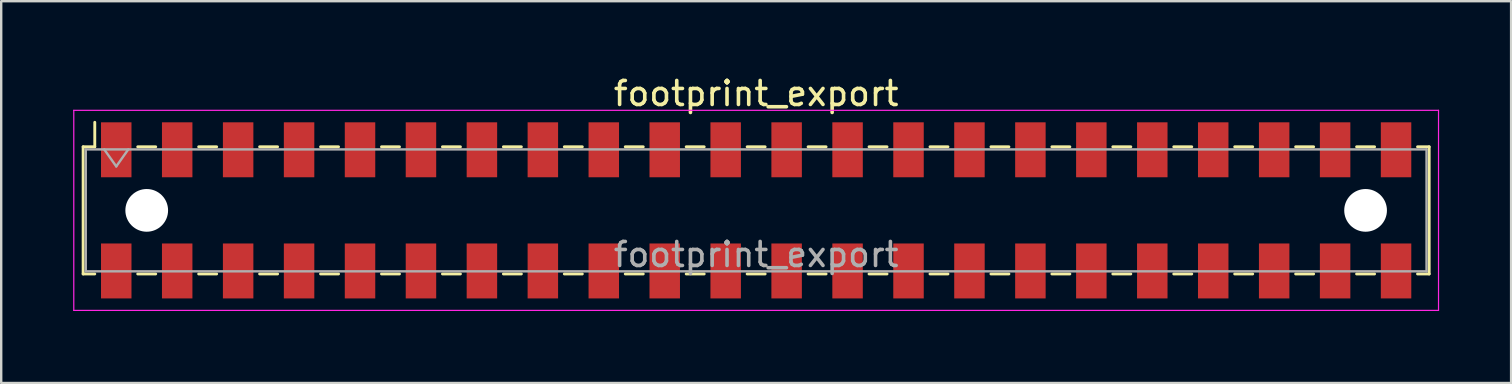
<source format=kicad_pcb>
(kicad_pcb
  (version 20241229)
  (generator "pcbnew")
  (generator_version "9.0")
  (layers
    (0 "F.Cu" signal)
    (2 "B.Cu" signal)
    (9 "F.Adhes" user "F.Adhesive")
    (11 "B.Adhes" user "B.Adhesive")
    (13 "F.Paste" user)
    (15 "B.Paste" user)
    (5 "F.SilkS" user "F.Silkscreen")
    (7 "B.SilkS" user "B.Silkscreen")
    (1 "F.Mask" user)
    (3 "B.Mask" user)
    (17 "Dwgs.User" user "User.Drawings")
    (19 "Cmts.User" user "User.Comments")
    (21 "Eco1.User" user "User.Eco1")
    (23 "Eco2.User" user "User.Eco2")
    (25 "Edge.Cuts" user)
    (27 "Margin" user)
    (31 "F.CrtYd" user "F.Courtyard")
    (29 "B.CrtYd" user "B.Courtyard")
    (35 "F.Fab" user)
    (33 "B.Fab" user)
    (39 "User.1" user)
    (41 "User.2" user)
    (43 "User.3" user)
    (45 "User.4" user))
  (footprint "footprint_export"
    (layer "F.Cu")
    (at 28.465 5.718)
    (property "Reference" "footprint_export" (at 0 -4.87 0) (layer "F.SilkS") (effects (font (size 1 1) (thickness 0.15))))
    (attr smd)
    (fp_line (start -28.05 -2.65) (end -28.05 2.65) (stroke (width 0.12) (type solid)) (layer "F.SilkS"))
    (fp_line (start -28.05 2.65) (end -27.565 2.65) (stroke (width 0.12) (type solid)) (layer "F.SilkS"))
    (fp_line (start -27.565 -3.67) (end -27.565 -2.65) (stroke (width 0.12) (type solid)) (layer "F.SilkS"))
    (fp_line (start -27.565 -2.65) (end -28.05 -2.65) (stroke (width 0.12) (type solid)) (layer "F.SilkS"))
    (fp_line (start -25.775 -2.65) (end -25.025 -2.65) (stroke (width 0.12) (type solid)) (layer "F.SilkS"))
    (fp_line (start -25.775 2.65) (end -25.025 2.65) (stroke (width 0.12) (type solid)) (layer "F.SilkS"))
    (fp_line (start -23.235 -2.65) (end -22.485 -2.65) (stroke (width 0.12) (type solid)) (layer "F.SilkS"))
    (fp_line (start -23.235 2.65) (end -22.485 2.65) (stroke (width 0.12) (type solid)) (layer "F.SilkS"))
    (fp_line (start -20.695 -2.65) (end -19.945 -2.65) (stroke (width 0.12) (type solid)) (layer "F.SilkS"))
    (fp_line (start -20.695 2.65) (end -19.945 2.65) (stroke (width 0.12) (type solid)) (layer "F.SilkS"))
    (fp_line (start -18.155 -2.65) (end -17.405 -2.65) (stroke (width 0.12) (type solid)) (layer "F.SilkS"))
    (fp_line (start -18.155 2.65) (end -17.405 2.65) (stroke (width 0.12) (type solid)) (layer "F.SilkS"))
    (fp_line (start -15.615 -2.65) (end -14.865 -2.65) (stroke (width 0.12) (type solid)) (layer "F.SilkS"))
    (fp_line (start -15.615 2.65) (end -14.865 2.65) (stroke (width 0.12) (type solid)) (layer "F.SilkS"))
    (fp_line (start -13.075 -2.65) (end -12.325 -2.65) (stroke (width 0.12) (type solid)) (layer "F.SilkS"))
    (fp_line (start -13.075 2.65) (end -12.325 2.65) (stroke (width 0.12) (type solid)) (layer "F.SilkS"))
    (fp_line (start -10.535 -2.65) (end -9.785 -2.65) (stroke (width 0.12) (type solid)) (layer "F.SilkS"))
    (fp_line (start -10.535 2.65) (end -9.785 2.65) (stroke (width 0.12) (type solid)) (layer "F.SilkS"))
    (fp_line (start -7.995 -2.65) (end -7.245 -2.65) (stroke (width 0.12) (type solid)) (layer "F.SilkS"))
    (fp_line (start -7.995 2.65) (end -7.245 2.65) (stroke (width 0.12) (type solid)) (layer "F.SilkS"))
    (fp_line (start -5.455 -2.65) (end -4.705 -2.65) (stroke (width 0.12) (type solid)) (layer "F.SilkS"))
    (fp_line (start -5.455 2.65) (end -4.705 2.65) (stroke (width 0.12) (type solid)) (layer "F.SilkS"))
    (fp_line (start -2.915 -2.65) (end -2.165 -2.65) (stroke (width 0.12) (type solid)) (layer "F.SilkS"))
    (fp_line (start -2.915 2.65) (end -2.165 2.65) (stroke (width 0.12) (type solid)) (layer "F.SilkS"))
    (fp_line (start -0.375 -2.65) (end 0.375 -2.65) (stroke (width 0.12) (type solid)) (layer "F.SilkS"))
    (fp_line (start -0.375 2.65) (end 0.375 2.65) (stroke (width 0.12) (type solid)) (layer "F.SilkS"))
    (fp_line (start 2.165 -2.65) (end 2.915 -2.65) (stroke (width 0.12) (type solid)) (layer "F.SilkS"))
    (fp_line (start 2.165 2.65) (end 2.915 2.65) (stroke (width 0.12) (type solid)) (layer "F.SilkS"))
    (fp_line (start 4.705 -2.65) (end 5.455 -2.65) (stroke (width 0.12) (type solid)) (layer "F.SilkS"))
    (fp_line (start 4.705 2.65) (end 5.455 2.65) (stroke (width 0.12) (type solid)) (layer "F.SilkS"))
    (fp_line (start 7.245 -2.65) (end 7.995 -2.65) (stroke (width 0.12) (type solid)) (layer "F.SilkS"))
    (fp_line (start 7.245 2.65) (end 7.995 2.65) (stroke (width 0.12) (type solid)) (layer "F.SilkS"))
    (fp_line (start 9.785 -2.65) (end 10.535 -2.65) (stroke (width 0.12) (type solid)) (layer "F.SilkS"))
    (fp_line (start 9.785 2.65) (end 10.535 2.65) (stroke (width 0.12) (type solid)) (layer "F.SilkS"))
    (fp_line (start 12.325 -2.65) (end 13.075 -2.65) (stroke (width 0.12) (type solid)) (layer "F.SilkS"))
    (fp_line (start 12.325 2.65) (end 13.075 2.65) (stroke (width 0.12) (type solid)) (layer "F.SilkS"))
    (fp_line (start 14.865 -2.65) (end 15.615 -2.65) (stroke (width 0.12) (type solid)) (layer "F.SilkS"))
    (fp_line (start 14.865 2.65) (end 15.615 2.65) (stroke (width 0.12) (type solid)) (layer "F.SilkS"))
    (fp_line (start 17.405 -2.65) (end 18.155 -2.65) (stroke (width 0.12) (type solid)) (layer "F.SilkS"))
    (fp_line (start 17.405 2.65) (end 18.155 2.65) (stroke (width 0.12) (type solid)) (layer "F.SilkS"))
    (fp_line (start 19.945 -2.65) (end 20.695 -2.65) (stroke (width 0.12) (type solid)) (layer "F.SilkS"))
    (fp_line (start 19.945 2.65) (end 20.695 2.65) (stroke (width 0.12) (type solid)) (layer "F.SilkS"))
    (fp_line (start 22.485 -2.65) (end 23.235 -2.65) (stroke (width 0.12) (type solid)) (layer "F.SilkS"))
    (fp_line (start 22.485 2.65) (end 23.235 2.65) (stroke (width 0.12) (type solid)) (layer "F.SilkS"))
    (fp_line (start 25.025 -2.65) (end 25.775 -2.65) (stroke (width 0.12) (type solid)) (layer "F.SilkS"))
    (fp_line (start 25.025 2.65) (end 25.775 2.65) (stroke (width 0.12) (type solid)) (layer "F.SilkS"))
    (fp_line (start 27.565 -2.65) (end 28.05 -2.65) (stroke (width 0.12) (type solid)) (layer "F.SilkS"))
    (fp_line (start 28.05 -2.65) (end 28.05 2.65) (stroke (width 0.12) (type solid)) (layer "F.SilkS"))
    (fp_line (start 28.05 2.65) (end 27.565 2.65) (stroke (width 0.12) (type solid)) (layer "F.SilkS"))
    (fp_line (start -28.44 -4.17) (end 28.44 -4.17) (stroke (width 0.05) (type solid)) (layer "F.CrtYd"))
    (fp_line (start -28.44 4.17) (end -28.44 -4.17) (stroke (width 0.05) (type solid)) (layer "F.CrtYd"))
    (fp_line (start 28.44 -4.17) (end 28.44 4.17) (stroke (width 0.05) (type solid)) (layer "F.CrtYd"))
    (fp_line (start 28.44 4.17) (end -28.44 4.17) (stroke (width 0.05) (type solid)) (layer "F.CrtYd"))
    (fp_line (start -27.94 -2.54) (end 27.94 -2.54) (stroke (width 0.1) (type solid)) (layer "F.Fab"))
    (fp_line (start -27.94 2.54) (end -27.94 -2.54) (stroke (width 0.1) (type solid)) (layer "F.Fab"))
    (fp_line (start -27.17 -2.54) (end -26.67 -1.833) (stroke (width 0.1) (type solid)) (layer "F.Fab"))
    (fp_line (start -26.67 -1.833) (end -26.17 -2.54) (stroke (width 0.1) (type solid)) (layer "F.Fab"))
    (fp_line (start 27.94 -2.54) (end 27.94 2.54) (stroke (width 0.1) (type solid)) (layer "F.Fab"))
    (fp_line (start 27.94 2.54) (end -27.94 2.54) (stroke (width 0.1) (type solid)) (layer "F.Fab"))
    (fp_text user "${REFERENCE}" (at 0 1.84 0) (layer "F.Fab") (effects (font (size 1 1) (thickness 0.15))))
    (pad "" np_thru_hole circle (at -25.4 0) (size 1.78 1.78) (drill 1.78) (layers "*.Cu" "*.Mask"))
    (pad "" np_thru_hole circle (at 25.4 0) (size 1.78 1.78) (drill 1.78) (layers "*.Cu" "*.Mask"))
    (pad "1" smd rect (at -26.67 -2.525) (size 1.27 2.29) (layers "F.Cu" "F.Mask" "F.Paste"))
    (pad "2" smd rect (at -26.67 2.525) (size 1.27 2.29) (layers "F.Cu" "F.Mask" "F.Paste"))
    (pad "3" smd rect (at -24.13 -2.525) (size 1.27 2.29) (layers "F.Cu" "F.Mask" "F.Paste"))
    (pad "4" smd rect (at -24.13 2.525) (size 1.27 2.29) (layers "F.Cu" "F.Mask" "F.Paste"))
    (pad "5" smd rect (at -21.59 -2.525) (size 1.27 2.29) (layers "F.Cu" "F.Mask" "F.Paste"))
    (pad "6" smd rect (at -21.59 2.525) (size 1.27 2.29) (layers "F.Cu" "F.Mask" "F.Paste"))
    (pad "7" smd rect (at -19.05 -2.525) (size 1.27 2.29) (layers "F.Cu" "F.Mask" "F.Paste"))
    (pad "8" smd rect (at -19.05 2.525) (size 1.27 2.29) (layers "F.Cu" "F.Mask" "F.Paste"))
    (pad "9" smd rect (at -16.51 -2.525) (size 1.27 2.29) (layers "F.Cu" "F.Mask" "F.Paste"))
    (pad "10" smd rect (at -16.51 2.525) (size 1.27 2.29) (layers "F.Cu" "F.Mask" "F.Paste"))
    (pad "11" smd rect (at -13.97 -2.525) (size 1.27 2.29) (layers "F.Cu" "F.Mask" "F.Paste"))
    (pad "12" smd rect (at -13.97 2.525) (size 1.27 2.29) (layers "F.Cu" "F.Mask" "F.Paste"))
    (pad "13" smd rect (at -11.43 -2.525) (size 1.27 2.29) (layers "F.Cu" "F.Mask" "F.Paste"))
    (pad "14" smd rect (at -11.43 2.525) (size 1.27 2.29) (layers "F.Cu" "F.Mask" "F.Paste"))
    (pad "15" smd rect (at -8.89 -2.525) (size 1.27 2.29) (layers "F.Cu" "F.Mask" "F.Paste"))
    (pad "16" smd rect (at -8.89 2.525) (size 1.27 2.29) (layers "F.Cu" "F.Mask" "F.Paste"))
    (pad "17" smd rect (at -6.35 -2.525) (size 1.27 2.29) (layers "F.Cu" "F.Mask" "F.Paste"))
    (pad "18" smd rect (at -6.35 2.525) (size 1.27 2.29) (layers "F.Cu" "F.Mask" "F.Paste"))
    (pad "19" smd rect (at -3.81 -2.525) (size 1.27 2.29) (layers "F.Cu" "F.Mask" "F.Paste"))
    (pad "20" smd rect (at -3.81 2.525) (size 1.27 2.29) (layers "F.Cu" "F.Mask" "F.Paste"))
    (pad "21" smd rect (at -1.27 -2.525) (size 1.27 2.29) (layers "F.Cu" "F.Mask" "F.Paste"))
    (pad "22" smd rect (at -1.27 2.525) (size 1.27 2.29) (layers "F.Cu" "F.Mask" "F.Paste"))
    (pad "23" smd rect (at 1.27 -2.525) (size 1.27 2.29) (layers "F.Cu" "F.Mask" "F.Paste"))
    (pad "24" smd rect (at 1.27 2.525) (size 1.27 2.29) (layers "F.Cu" "F.Mask" "F.Paste"))
    (pad "25" smd rect (at 3.81 -2.525) (size 1.27 2.29) (layers "F.Cu" "F.Mask" "F.Paste"))
    (pad "26" smd rect (at 3.81 2.525) (size 1.27 2.29) (layers "F.Cu" "F.Mask" "F.Paste"))
    (pad "27" smd rect (at 6.35 -2.525) (size 1.27 2.29) (layers "F.Cu" "F.Mask" "F.Paste"))
    (pad "28" smd rect (at 6.35 2.525) (size 1.27 2.29) (layers "F.Cu" "F.Mask" "F.Paste"))
    (pad "29" smd rect (at 8.89 -2.525) (size 1.27 2.29) (layers "F.Cu" "F.Mask" "F.Paste"))
    (pad "30" smd rect (at 8.89 2.525) (size 1.27 2.29) (layers "F.Cu" "F.Mask" "F.Paste"))
    (pad "31" smd rect (at 11.43 -2.525) (size 1.27 2.29) (layers "F.Cu" "F.Mask" "F.Paste"))
    (pad "32" smd rect (at 11.43 2.525) (size 1.27 2.29) (layers "F.Cu" "F.Mask" "F.Paste"))
    (pad "33" smd rect (at 13.97 -2.525) (size 1.27 2.29) (layers "F.Cu" "F.Mask" "F.Paste"))
    (pad "34" smd rect (at 13.97 2.525) (size 1.27 2.29) (layers "F.Cu" "F.Mask" "F.Paste"))
    (pad "35" smd rect (at 16.51 -2.525) (size 1.27 2.29) (layers "F.Cu" "F.Mask" "F.Paste"))
    (pad "36" smd rect (at 16.51 2.525) (size 1.27 2.29) (layers "F.Cu" "F.Mask" "F.Paste"))
    (pad "37" smd rect (at 19.05 -2.525) (size 1.27 2.29) (layers "F.Cu" "F.Mask" "F.Paste"))
    (pad "38" smd rect (at 19.05 2.525) (size 1.27 2.29) (layers "F.Cu" "F.Mask" "F.Paste"))
    (pad "39" smd rect (at 21.59 -2.525) (size 1.27 2.29) (layers "F.Cu" "F.Mask" "F.Paste"))
    (pad "40" smd rect (at 21.59 2.525) (size 1.27 2.29) (layers "F.Cu" "F.Mask" "F.Paste"))
    (pad "41" smd rect (at 24.13 -2.525) (size 1.27 2.29) (layers "F.Cu" "F.Mask" "F.Paste"))
    (pad "42" smd rect (at 24.13 2.525) (size 1.27 2.29) (layers "F.Cu" "F.Mask" "F.Paste"))
    (pad "43" smd rect (at 26.67 -2.525) (size 1.27 2.29) (layers "F.Cu" "F.Mask" "F.Paste"))
    (pad "44" smd rect (at 26.67 2.525) (size 1.27 2.29) (layers "F.Cu" "F.Mask" "F.Paste")))
  (gr_rect
    (start -3 -3)
    (end 59.93 12.913)
    (stroke (width 0.1) (type default))
    (fill no)
    (layer "Edge.Cuts")))
</source>
